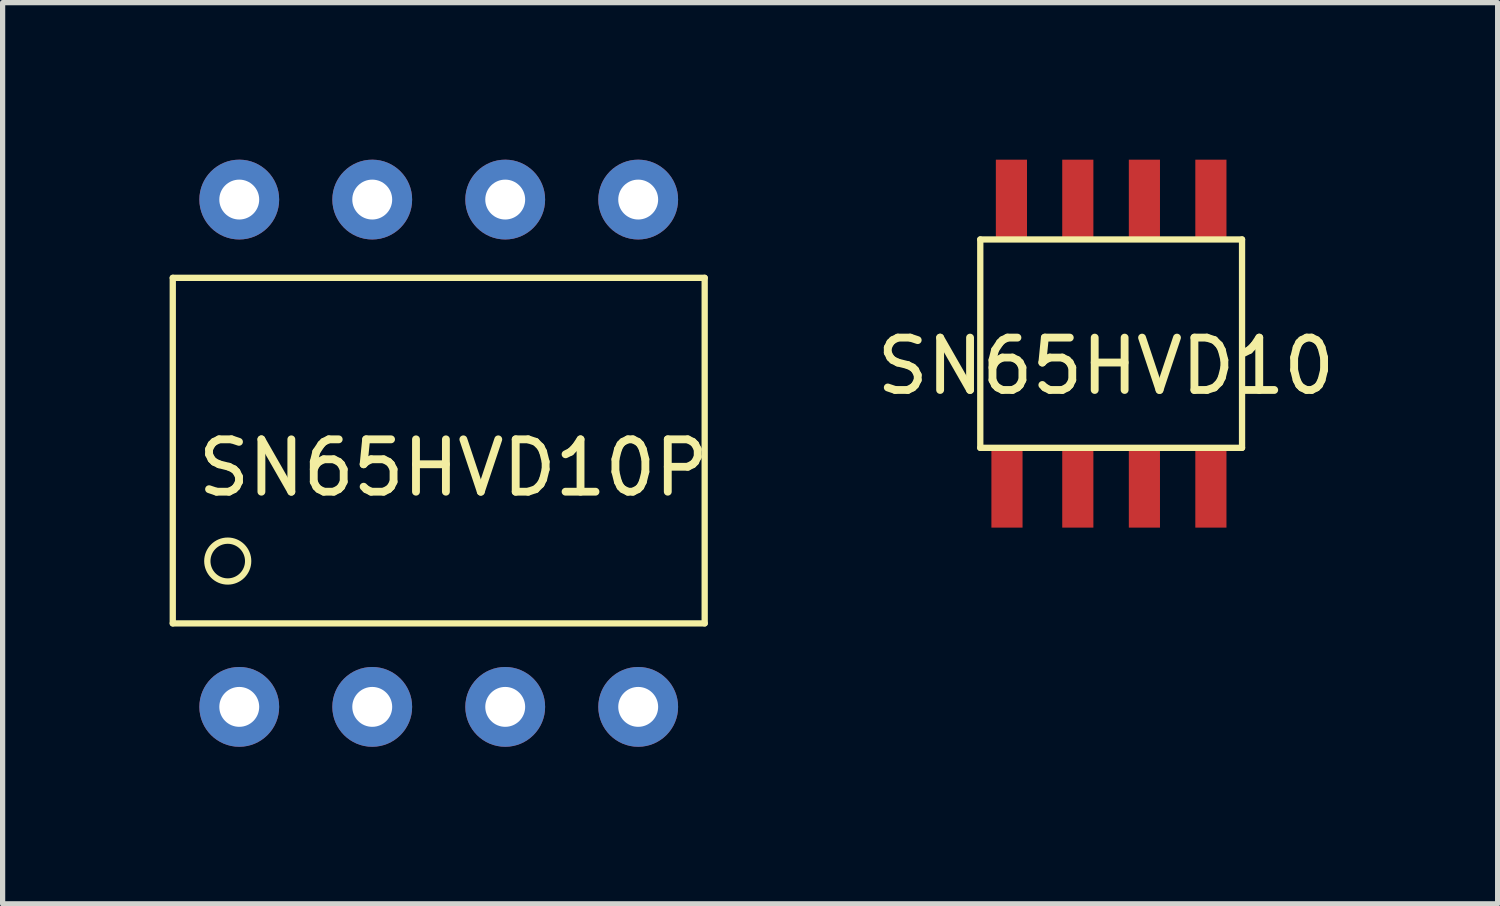
<source format=kicad_pcb>
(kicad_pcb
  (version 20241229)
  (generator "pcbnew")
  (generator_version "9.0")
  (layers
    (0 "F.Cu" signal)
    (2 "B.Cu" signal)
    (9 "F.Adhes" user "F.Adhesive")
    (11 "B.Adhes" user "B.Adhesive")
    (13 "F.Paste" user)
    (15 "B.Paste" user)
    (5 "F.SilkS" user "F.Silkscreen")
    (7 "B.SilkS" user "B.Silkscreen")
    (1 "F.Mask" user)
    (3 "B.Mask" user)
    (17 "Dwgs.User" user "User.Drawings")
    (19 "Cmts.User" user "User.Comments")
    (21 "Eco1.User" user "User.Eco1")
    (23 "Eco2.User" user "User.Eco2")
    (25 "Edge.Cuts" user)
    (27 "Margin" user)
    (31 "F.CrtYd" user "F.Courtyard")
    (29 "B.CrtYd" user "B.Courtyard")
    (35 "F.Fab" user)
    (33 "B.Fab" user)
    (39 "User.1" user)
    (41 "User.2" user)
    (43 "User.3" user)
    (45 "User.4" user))
  (footprint "SN65HVD10"
    (layer "F.Cu")
    (at 15.674 1.524)
    (property "Reference" "SN65HVD10" (at 2.4 2.42 0) (layer "F.SilkS") (effects (font (size 1 1) (thickness 0.15))))
    (attr through_hole)
    (fp_line (start 0 0) (end 0 3.98) (stroke (width 0.12) (type solid)) (layer "F.SilkS"))
    (fp_line (start 0 0) (end 5 0) (stroke (width 0.12) (type solid)) (layer "F.SilkS"))
    (fp_line (start 0 3.98) (end 5 3.98) (stroke (width 0.12) (type solid)) (layer "F.SilkS"))
    (fp_line (start 5 0) (end 5 3.98) (stroke (width 0.12) (type solid)) (layer "F.SilkS"))
    (pad "1" smd rect (at 0.51 4.742) (size 0.595 1.524) (layers "F.Cu" "F.Mask" "F.Paste"))
    (pad "2" smd rect (at 1.863 4.742) (size 0.595 1.524) (layers "F.Cu" "F.Mask" "F.Paste"))
    (pad "3" smd rect (at 3.135 4.742) (size 0.595 1.524) (layers "F.Cu" "F.Mask" "F.Paste"))
    (pad "4" smd rect (at 4.405 4.742) (size 0.595 1.524) (layers "F.Cu" "F.Mask" "F.Paste"))
    (pad "5" smd rect (at 4.405 -0.762) (size 0.595 1.524) (layers "F.Cu" "F.Mask" "F.Paste"))
    (pad "6" smd rect (at 3.135 -0.762) (size 0.595 1.524) (layers "F.Cu" "F.Mask" "F.Paste"))
    (pad "7" smd rect (at 1.863 -0.762) (size 0.595 1.524) (layers "F.Cu" "F.Mask" "F.Paste"))
    (pad "8" smd rect (at 0.595 -0.762) (size 0.595 1.524) (layers "F.Cu" "F.Mask" "F.Paste")))
  (footprint "SN65HVD10P"
    (layer "F.Cu")
    (at 0.25 2.257)
    (property "Reference" "SN65HVD10P" (at 5.36 3.63 0) (layer "F.SilkS") (effects (font (size 1 1) (thickness 0.15))))
    (attr through_hole)
    (fp_line (start 0 0) (end 0 6.6) (stroke (width 0.12) (type solid)) (layer "F.SilkS"))
    (fp_line (start 0 0) (end 10.16 0) (stroke (width 0.12) (type solid)) (layer "F.SilkS"))
    (fp_line (start 0 6.6) (end 10.16 6.6) (stroke (width 0.12) (type solid)) (layer "F.SilkS"))
    (fp_line (start 10.16 0) (end 10.16 6.6) (stroke (width 0.12) (type solid)) (layer "F.SilkS"))
    (fp_circle (center 1.05 5.41) (end 1.44 5.41) (stroke (width 0.12) (type solid)) (fill no) (layer "F.SilkS"))
    (pad "1" thru_hole circle (at 1.27 8.195) (size 1.524 1.524) (drill 0.762) (layers "*.Cu" "*.Mask"))
    (pad "2" thru_hole circle (at 3.81 8.195) (size 1.524 1.524) (drill 0.762) (layers "*.Cu" "*.Mask"))
    (pad "3" thru_hole circle (at 6.35 8.195) (size 1.524 1.524) (drill 0.762) (layers "*.Cu" "*.Mask"))
    (pad "4" thru_hole circle (at 8.89 8.195) (size 1.524 1.524) (drill 0.762) (layers "*.Cu" "*.Mask"))
    (pad "5" thru_hole circle (at 8.89 -1.495) (size 1.524 1.524) (drill 0.762) (layers "*.Cu" "*.Mask"))
    (pad "6" thru_hole circle (at 6.35 -1.495) (size 1.524 1.524) (drill 0.762) (layers "*.Cu" "*.Mask"))
    (pad "7" thru_hole circle (at 3.81 -1.495) (size 1.524 1.524) (drill 0.762) (layers "*.Cu" "*.Mask"))
    (pad "8" thru_hole circle (at 1.27 -1.495) (size 1.524 1.524) (drill 0.762) (layers "*.Cu" "*.Mask")))
  (gr_rect
    (start -3 -3)
    (end 25.556 14.214)
    (stroke (width 0.1) (type default))
    (fill no)
    (layer "Edge.Cuts")))
</source>
